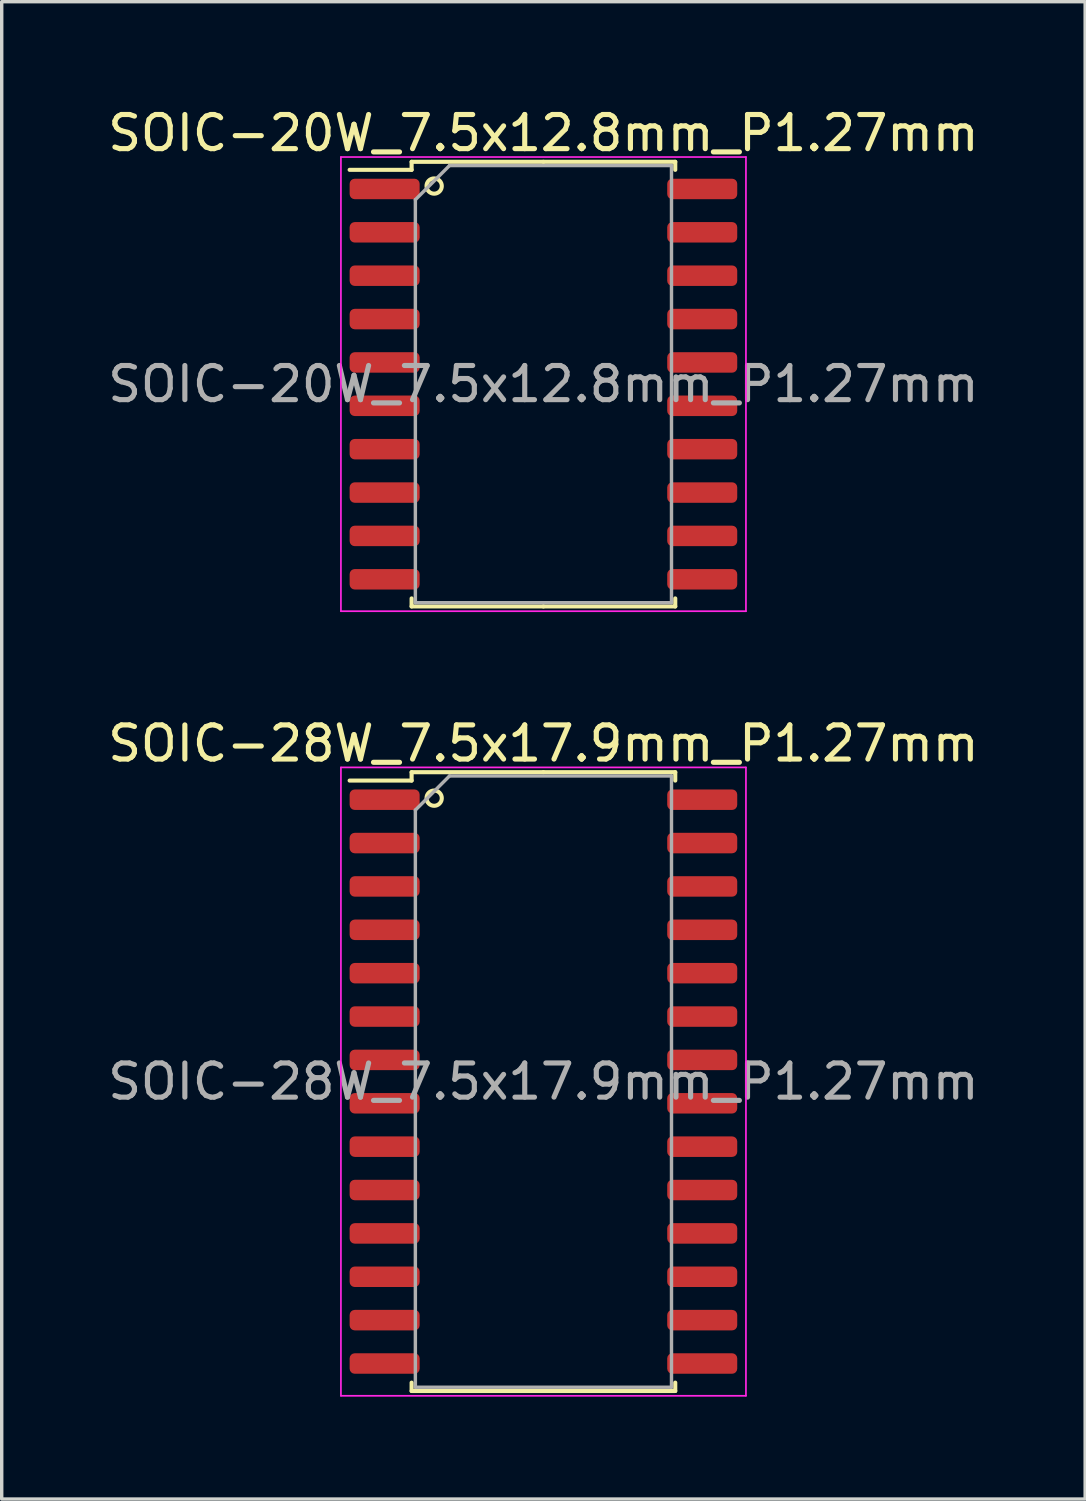
<source format=kicad_pcb>
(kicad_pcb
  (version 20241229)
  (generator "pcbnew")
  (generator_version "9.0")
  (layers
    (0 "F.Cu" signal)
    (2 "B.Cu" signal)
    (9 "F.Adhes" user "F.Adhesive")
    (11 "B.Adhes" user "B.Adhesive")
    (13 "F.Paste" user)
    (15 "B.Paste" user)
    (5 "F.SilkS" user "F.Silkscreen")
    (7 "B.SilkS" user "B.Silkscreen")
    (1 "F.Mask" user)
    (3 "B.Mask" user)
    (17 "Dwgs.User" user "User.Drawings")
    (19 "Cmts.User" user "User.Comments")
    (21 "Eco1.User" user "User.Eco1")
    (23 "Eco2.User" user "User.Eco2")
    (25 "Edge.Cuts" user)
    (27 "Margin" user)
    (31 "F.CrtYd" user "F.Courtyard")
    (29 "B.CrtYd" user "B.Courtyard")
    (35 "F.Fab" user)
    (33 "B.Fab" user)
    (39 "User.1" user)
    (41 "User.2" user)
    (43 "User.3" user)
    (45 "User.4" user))
  (footprint "SOIC-28W_7.5x17.9mm_P1.27mm"
    (layer "F.Cu")
    (at 12.863 28.622)
    (property "Reference" "SOIC-28W_7.5x17.9mm_P1.27mm" (at 0 -9.9 0) (layer "F.SilkS") (effects (font (size 1 1) (thickness 0.15))))
    (attr smd)
    (fp_line (start -3.86 -9.06) (end -3.86 -8.815) (stroke (width 0.12) (type solid)) (layer "F.SilkS"))
    (fp_line (start -3.86 -8.815) (end -5.675 -8.815) (stroke (width 0.12) (type solid)) (layer "F.SilkS"))
    (fp_line (start -3.86 9.06) (end -3.86 8.815) (stroke (width 0.12) (type solid)) (layer "F.SilkS"))
    (fp_line (start 0 -9.06) (end -3.86 -9.06) (stroke (width 0.12) (type solid)) (layer "F.SilkS"))
    (fp_line (start 0 -9.06) (end 3.86 -9.06) (stroke (width 0.12) (type solid)) (layer "F.SilkS"))
    (fp_line (start 0 9.06) (end -3.86 9.06) (stroke (width 0.12) (type solid)) (layer "F.SilkS"))
    (fp_line (start 0 9.06) (end 3.86 9.06) (stroke (width 0.12) (type solid)) (layer "F.SilkS"))
    (fp_line (start 3.86 -9.06) (end 3.86 -8.815) (stroke (width 0.12) (type solid)) (layer "F.SilkS"))
    (fp_line (start 3.86 9.06) (end 3.86 8.815) (stroke (width 0.12) (type solid)) (layer "F.SilkS"))
    (fp_circle (center -3.2 -8.3) (end -3.1 -8.5) (stroke (width 0.12) (type solid)) (fill no) (layer "F.SilkS"))
    (fp_line (start -5.93 -9.2) (end -5.93 9.2) (stroke (width 0.05) (type solid)) (layer "F.CrtYd"))
    (fp_line (start -5.93 9.2) (end 5.93 9.2) (stroke (width 0.05) (type solid)) (layer "F.CrtYd"))
    (fp_line (start 5.93 -9.2) (end -5.93 -9.2) (stroke (width 0.05) (type solid)) (layer "F.CrtYd"))
    (fp_line (start 5.93 9.2) (end 5.93 -9.2) (stroke (width 0.05) (type solid)) (layer "F.CrtYd"))
    (fp_line (start -3.75 -7.95) (end -2.75 -8.95) (stroke (width 0.1) (type solid)) (layer "F.Fab"))
    (fp_line (start -3.75 8.95) (end -3.75 -7.95) (stroke (width 0.1) (type solid)) (layer "F.Fab"))
    (fp_line (start -2.75 -8.95) (end 3.75 -8.95) (stroke (width 0.1) (type solid)) (layer "F.Fab"))
    (fp_line (start 3.75 -8.95) (end 3.75 8.95) (stroke (width 0.1) (type solid)) (layer "F.Fab"))
    (fp_line (start 3.75 8.95) (end -3.75 8.95) (stroke (width 0.1) (type solid)) (layer "F.Fab"))
    (fp_text user "${REFERENCE}" (at 0 0 0) (layer "F.Fab") (effects (font (size 1 1) (thickness 0.15))))
    (pad "1" smd roundrect (at -4.65 -8.255) (size 2.05 0.6) (layers "F.Cu" "F.Mask" "F.Paste") (roundrect_rratio 0.25))
    (pad "2" smd roundrect (at -4.65 -6.985) (size 2.05 0.6) (layers "F.Cu" "F.Mask" "F.Paste") (roundrect_rratio 0.25))
    (pad "3" smd roundrect (at -4.65 -5.715) (size 2.05 0.6) (layers "F.Cu" "F.Mask" "F.Paste") (roundrect_rratio 0.25))
    (pad "4" smd roundrect (at -4.65 -4.445) (size 2.05 0.6) (layers "F.Cu" "F.Mask" "F.Paste") (roundrect_rratio 0.25))
    (pad "5" smd roundrect (at -4.65 -3.175) (size 2.05 0.6) (layers "F.Cu" "F.Mask" "F.Paste") (roundrect_rratio 0.25))
    (pad "6" smd roundrect (at -4.65 -1.905) (size 2.05 0.6) (layers "F.Cu" "F.Mask" "F.Paste") (roundrect_rratio 0.25))
    (pad "7" smd roundrect (at -4.65 -0.635) (size 2.05 0.6) (layers "F.Cu" "F.Mask" "F.Paste") (roundrect_rratio 0.25))
    (pad "8" smd roundrect (at -4.65 0.635) (size 2.05 0.6) (layers "F.Cu" "F.Mask" "F.Paste") (roundrect_rratio 0.25))
    (pad "9" smd roundrect (at -4.65 1.905) (size 2.05 0.6) (layers "F.Cu" "F.Mask" "F.Paste") (roundrect_rratio 0.25))
    (pad "10" smd roundrect (at -4.65 3.175) (size 2.05 0.6) (layers "F.Cu" "F.Mask" "F.Paste") (roundrect_rratio 0.25))
    (pad "11" smd roundrect (at -4.65 4.445) (size 2.05 0.6) (layers "F.Cu" "F.Mask" "F.Paste") (roundrect_rratio 0.25))
    (pad "12" smd roundrect (at -4.65 5.715) (size 2.05 0.6) (layers "F.Cu" "F.Mask" "F.Paste") (roundrect_rratio 0.25))
    (pad "13" smd roundrect (at -4.65 6.985) (size 2.05 0.6) (layers "F.Cu" "F.Mask" "F.Paste") (roundrect_rratio 0.25))
    (pad "14" smd roundrect (at -4.65 8.255) (size 2.05 0.6) (layers "F.Cu" "F.Mask" "F.Paste") (roundrect_rratio 0.25))
    (pad "15" smd roundrect (at 4.65 8.255) (size 2.05 0.6) (layers "F.Cu" "F.Mask" "F.Paste") (roundrect_rratio 0.25))
    (pad "16" smd roundrect (at 4.65 6.985) (size 2.05 0.6) (layers "F.Cu" "F.Mask" "F.Paste") (roundrect_rratio 0.25))
    (pad "17" smd roundrect (at 4.65 5.715) (size 2.05 0.6) (layers "F.Cu" "F.Mask" "F.Paste") (roundrect_rratio 0.25))
    (pad "18" smd roundrect (at 4.65 4.445) (size 2.05 0.6) (layers "F.Cu" "F.Mask" "F.Paste") (roundrect_rratio 0.25))
    (pad "19" smd roundrect (at 4.65 3.175) (size 2.05 0.6) (layers "F.Cu" "F.Mask" "F.Paste") (roundrect_rratio 0.25))
    (pad "20" smd roundrect (at 4.65 1.905) (size 2.05 0.6) (layers "F.Cu" "F.Mask" "F.Paste") (roundrect_rratio 0.25))
    (pad "21" smd roundrect (at 4.65 0.635) (size 2.05 0.6) (layers "F.Cu" "F.Mask" "F.Paste") (roundrect_rratio 0.25))
    (pad "22" smd roundrect (at 4.65 -0.635) (size 2.05 0.6) (layers "F.Cu" "F.Mask" "F.Paste") (roundrect_rratio 0.25))
    (pad "23" smd roundrect (at 4.65 -1.905) (size 2.05 0.6) (layers "F.Cu" "F.Mask" "F.Paste") (roundrect_rratio 0.25))
    (pad "24" smd roundrect (at 4.65 -3.175) (size 2.05 0.6) (layers "F.Cu" "F.Mask" "F.Paste") (roundrect_rratio 0.25))
    (pad "25" smd roundrect (at 4.65 -4.445) (size 2.05 0.6) (layers "F.Cu" "F.Mask" "F.Paste") (roundrect_rratio 0.25))
    (pad "26" smd roundrect (at 4.65 -5.715) (size 2.05 0.6) (layers "F.Cu" "F.Mask" "F.Paste") (roundrect_rratio 0.25))
    (pad "27" smd roundrect (at 4.65 -6.985) (size 2.05 0.6) (layers "F.Cu" "F.Mask" "F.Paste") (roundrect_rratio 0.25))
    (pad "28" smd roundrect (at 4.65 -8.255) (size 2.05 0.6) (layers "F.Cu" "F.Mask" "F.Paste") (roundrect_rratio 0.25)))
  (footprint "SOIC-20W_7.5x12.8mm_P1.27mm"
    (layer "F.Cu")
    (at 12.863 8.198)
    (property "Reference" "SOIC-20W_7.5x12.8mm_P1.27mm" (at 0 -7.35 0) (layer "F.SilkS") (effects (font (size 1 1) (thickness 0.15))))
    (attr smd)
    (fp_line (start -3.86 -6.51) (end -3.86 -6.275) (stroke (width 0.12) (type solid)) (layer "F.SilkS"))
    (fp_line (start -3.86 -6.275) (end -5.675 -6.275) (stroke (width 0.12) (type solid)) (layer "F.SilkS"))
    (fp_line (start -3.86 6.51) (end -3.86 6.275) (stroke (width 0.12) (type solid)) (layer "F.SilkS"))
    (fp_line (start 0 -6.51) (end -3.86 -6.51) (stroke (width 0.12) (type solid)) (layer "F.SilkS"))
    (fp_line (start 0 -6.51) (end 3.86 -6.51) (stroke (width 0.12) (type solid)) (layer "F.SilkS"))
    (fp_line (start 0 6.51) (end -3.86 6.51) (stroke (width 0.12) (type solid)) (layer "F.SilkS"))
    (fp_line (start 0 6.51) (end 3.86 6.51) (stroke (width 0.12) (type solid)) (layer "F.SilkS"))
    (fp_line (start 3.86 -6.51) (end 3.86 -6.275) (stroke (width 0.12) (type solid)) (layer "F.SilkS"))
    (fp_line (start 3.86 6.51) (end 3.86 6.275) (stroke (width 0.12) (type solid)) (layer "F.SilkS"))
    (fp_circle (center -3.2 -5.8) (end -3 -5.9) (stroke (width 0.12) (type solid)) (fill no) (layer "F.SilkS"))
    (fp_line (start -5.93 -6.65) (end -5.93 6.65) (stroke (width 0.05) (type solid)) (layer "F.CrtYd"))
    (fp_line (start -5.93 6.65) (end 5.93 6.65) (stroke (width 0.05) (type solid)) (layer "F.CrtYd"))
    (fp_line (start 5.93 -6.65) (end -5.93 -6.65) (stroke (width 0.05) (type solid)) (layer "F.CrtYd"))
    (fp_line (start 5.93 6.65) (end 5.93 -6.65) (stroke (width 0.05) (type solid)) (layer "F.CrtYd"))
    (fp_line (start -3.75 -5.4) (end -2.75 -6.4) (stroke (width 0.1) (type solid)) (layer "F.Fab"))
    (fp_line (start -3.75 6.4) (end -3.75 -5.4) (stroke (width 0.1) (type solid)) (layer "F.Fab"))
    (fp_line (start -2.75 -6.4) (end 3.75 -6.4) (stroke (width 0.1) (type solid)) (layer "F.Fab"))
    (fp_line (start 3.75 -6.4) (end 3.75 6.4) (stroke (width 0.1) (type solid)) (layer "F.Fab"))
    (fp_line (start 3.75 6.4) (end -3.75 6.4) (stroke (width 0.1) (type solid)) (layer "F.Fab"))
    (fp_text user "${REFERENCE}" (at 0 0 0) (layer "F.Fab") (effects (font (size 1 1) (thickness 0.15))))
    (pad "1" smd roundrect (at -4.65 -5.715) (size 2.05 0.6) (layers "F.Cu" "F.Mask" "F.Paste") (roundrect_rratio 0.25))
    (pad "2" smd roundrect (at -4.65 -4.445) (size 2.05 0.6) (layers "F.Cu" "F.Mask" "F.Paste") (roundrect_rratio 0.25))
    (pad "3" smd roundrect (at -4.65 -3.175) (size 2.05 0.6) (layers "F.Cu" "F.Mask" "F.Paste") (roundrect_rratio 0.25))
    (pad "4" smd roundrect (at -4.65 -1.905) (size 2.05 0.6) (layers "F.Cu" "F.Mask" "F.Paste") (roundrect_rratio 0.25))
    (pad "5" smd roundrect (at -4.65 -0.635) (size 2.05 0.6) (layers "F.Cu" "F.Mask" "F.Paste") (roundrect_rratio 0.25))
    (pad "6" smd roundrect (at -4.65 0.635) (size 2.05 0.6) (layers "F.Cu" "F.Mask" "F.Paste") (roundrect_rratio 0.25))
    (pad "7" smd roundrect (at -4.65 1.905) (size 2.05 0.6) (layers "F.Cu" "F.Mask" "F.Paste") (roundrect_rratio 0.25))
    (pad "8" smd roundrect (at -4.65 3.175) (size 2.05 0.6) (layers "F.Cu" "F.Mask" "F.Paste") (roundrect_rratio 0.25))
    (pad "9" smd roundrect (at -4.65 4.445) (size 2.05 0.6) (layers "F.Cu" "F.Mask" "F.Paste") (roundrect_rratio 0.25))
    (pad "10" smd roundrect (at -4.65 5.715) (size 2.05 0.6) (layers "F.Cu" "F.Mask" "F.Paste") (roundrect_rratio 0.25))
    (pad "11" smd roundrect (at 4.65 5.715) (size 2.05 0.6) (layers "F.Cu" "F.Mask" "F.Paste") (roundrect_rratio 0.25))
    (pad "12" smd roundrect (at 4.65 4.445) (size 2.05 0.6) (layers "F.Cu" "F.Mask" "F.Paste") (roundrect_rratio 0.25))
    (pad "13" smd roundrect (at 4.65 3.175) (size 2.05 0.6) (layers "F.Cu" "F.Mask" "F.Paste") (roundrect_rratio 0.25))
    (pad "14" smd roundrect (at 4.65 1.905) (size 2.05 0.6) (layers "F.Cu" "F.Mask" "F.Paste") (roundrect_rratio 0.25))
    (pad "15" smd roundrect (at 4.65 0.635) (size 2.05 0.6) (layers "F.Cu" "F.Mask" "F.Paste") (roundrect_rratio 0.25))
    (pad "16" smd roundrect (at 4.65 -0.635) (size 2.05 0.6) (layers "F.Cu" "F.Mask" "F.Paste") (roundrect_rratio 0.25))
    (pad "17" smd roundrect (at 4.65 -1.905) (size 2.05 0.6) (layers "F.Cu" "F.Mask" "F.Paste") (roundrect_rratio 0.25))
    (pad "18" smd roundrect (at 4.65 -3.175) (size 2.05 0.6) (layers "F.Cu" "F.Mask" "F.Paste") (roundrect_rratio 0.25))
    (pad "19" smd roundrect (at 4.65 -4.445) (size 2.05 0.6) (layers "F.Cu" "F.Mask" "F.Paste") (roundrect_rratio 0.25))
    (pad "20" smd roundrect (at 4.65 -5.715) (size 2.05 0.6) (layers "F.Cu" "F.Mask" "F.Paste") (roundrect_rratio 0.25)))
  (gr_rect
    (start -3 -3)
    (end 28.726 40.846)
    (stroke (width 0.1) (type default))
    (fill no)
    (layer "Edge.Cuts")))
</source>
